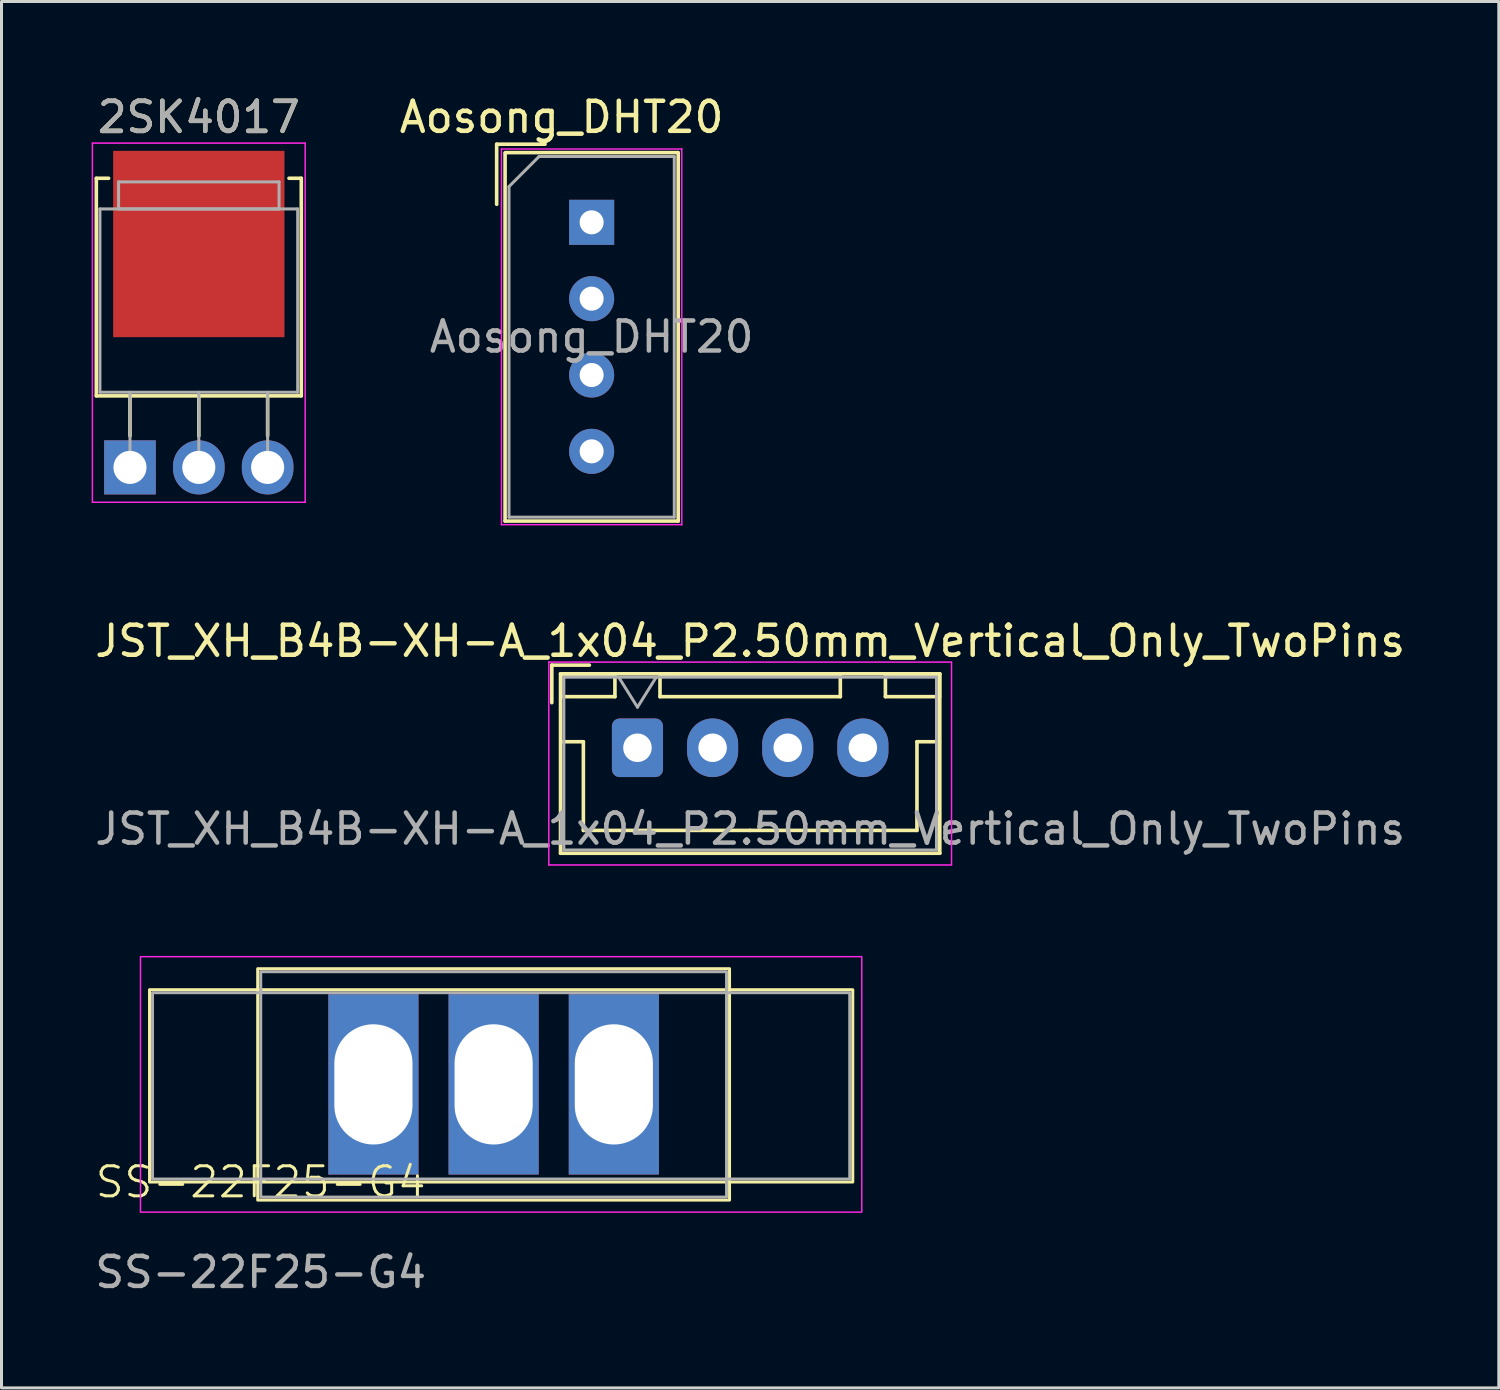
<source format=kicad_pcb>
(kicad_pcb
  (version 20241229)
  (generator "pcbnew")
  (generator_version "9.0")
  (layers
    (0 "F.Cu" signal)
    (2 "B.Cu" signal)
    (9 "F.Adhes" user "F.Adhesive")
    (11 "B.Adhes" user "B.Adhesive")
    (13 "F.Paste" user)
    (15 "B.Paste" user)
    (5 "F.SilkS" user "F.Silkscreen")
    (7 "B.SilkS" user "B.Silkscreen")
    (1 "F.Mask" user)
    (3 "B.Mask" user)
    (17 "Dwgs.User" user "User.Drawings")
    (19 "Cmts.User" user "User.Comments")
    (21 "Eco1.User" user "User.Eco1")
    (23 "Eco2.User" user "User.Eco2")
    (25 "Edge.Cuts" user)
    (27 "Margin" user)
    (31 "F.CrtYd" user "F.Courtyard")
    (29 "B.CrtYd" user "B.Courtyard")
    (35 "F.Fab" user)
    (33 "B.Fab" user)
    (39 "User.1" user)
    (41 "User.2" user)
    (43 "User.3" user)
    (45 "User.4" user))
  (footprint "2SK4017"
    (layer "F.Cu")
    (at 1.275 12.502)
    (property "Reference" "2SK4017" (at 2.29 -11.653 0) (layer "F.SilkS") (effects (font (size 1 1) (thickness 0.15))))
    (attr through_hole)
    (fp_line (start -1.12 -9.62) (end -1.12 -2.38) (stroke (width 0.12) (type solid)) (layer "F.SilkS"))
    (fp_line (start -1.12 -9.62) (end -0.711 -9.62) (stroke (width 0.12) (type solid)) (layer "F.SilkS"))
    (fp_line (start -1.12 -2.38) (end 5.7 -2.38) (stroke (width 0.12) (type solid)) (layer "F.SilkS"))
    (fp_line (start 0 -2.38) (end 0 -1.05) (stroke (width 0.12) (type solid)) (layer "F.SilkS"))
    (fp_line (start 2.29 -2.38) (end 2.29 -1.05) (stroke (width 0.12) (type solid)) (layer "F.SilkS"))
    (fp_line (start 4.58 -2.38) (end 4.58 -1.05) (stroke (width 0.12) (type solid)) (layer "F.SilkS"))
    (fp_line (start 5.291 -9.62) (end 5.7 -9.62) (stroke (width 0.12) (type solid)) (layer "F.SilkS"))
    (fp_line (start 5.7 -9.62) (end 5.7 -2.38) (stroke (width 0.12) (type solid)) (layer "F.SilkS"))
    (fp_line (start -1.25 -10.79) (end -1.25 1.16) (stroke (width 0.05) (type solid)) (layer "F.CrtYd"))
    (fp_line (start -1.25 1.16) (end 5.83 1.16) (stroke (width 0.05) (type solid)) (layer "F.CrtYd"))
    (fp_line (start 5.83 -10.79) (end -1.25 -10.79) (stroke (width 0.05) (type solid)) (layer "F.CrtYd"))
    (fp_line (start 5.83 1.16) (end 5.83 -10.79) (stroke (width 0.05) (type solid)) (layer "F.CrtYd"))
    (fp_line (start -1 -8.6) (end 5.58 -8.6) (stroke (width 0.1) (type solid)) (layer "F.Fab"))
    (fp_line (start -1 -2.5) (end -1 -8.6) (stroke (width 0.1) (type solid)) (layer "F.Fab"))
    (fp_line (start -0.38 -9.5) (end 4.96 -9.5) (stroke (width 0.1) (type solid)) (layer "F.Fab"))
    (fp_line (start -0.38 -8.6) (end -0.38 -9.5) (stroke (width 0.1) (type solid)) (layer "F.Fab"))
    (fp_line (start 0 -2.5) (end 0 0) (stroke (width 0.1) (type solid)) (layer "F.Fab"))
    (fp_line (start 2.29 -2.5) (end 2.29 0) (stroke (width 0.1) (type solid)) (layer "F.Fab"))
    (fp_line (start 4.58 -2.5) (end 4.58 0) (stroke (width 0.1) (type solid)) (layer "F.Fab"))
    (fp_line (start 4.96 -9.5) (end 4.96 -8.6) (stroke (width 0.1) (type solid)) (layer "F.Fab"))
    (fp_line (start 4.96 -8.6) (end -0.38 -8.6) (stroke (width 0.1) (type solid)) (layer "F.Fab"))
    (fp_line (start 5.58 -8.6) (end 5.58 -2.5) (stroke (width 0.1) (type solid)) (layer "F.Fab"))
    (fp_line (start 5.58 -2.5) (end -1 -2.5) (stroke (width 0.1) (type solid)) (layer "F.Fab"))
    (fp_text user "${REFERENCE}" (at 2.29 -11.653 0) (layer "F.Fab") (effects (font (size 1 1) (thickness 0.15))))
    (pad "1" thru_hole rect (at 0 0) (size 1.718 1.8) (drill 1.1) (layers "*.Cu" "*.Mask"))
    (pad "2" smd rect (at 2.29 -7.433) (size 5.7 6.2) (layers "F.Cu" "F.Mask" "F.Paste"))
    (pad "2" thru_hole oval (at 2.29 0) (size 1.718 1.8) (drill 1.1) (layers "*.Cu" "*.Mask"))
    (pad "3" thru_hole oval (at 4.58 0) (size 1.718 1.8) (drill 1.1) (layers "*.Cu" "*.Mask")))
  (footprint "Aosong_DHT20"
    (layer "F.Cu")
    (at 16.636 4.348)
    (property "Reference" "Aosong_DHT20" (at -1 -3.5 0) (layer "F.SilkS") (effects (font (size 1 1) (thickness 0.15))))
    (attr through_hole)
    (fp_line (start -3.16 -2.6) (end -3.16 -0.6) (stroke (width 0.12) (type solid)) (layer "F.SilkS"))
    (fp_line (start -3.16 -2.6) (end -1.55 -2.6) (stroke (width 0.12) (type solid)) (layer "F.SilkS"))
    (fp_line (start -2.88 9.94) (end -2.88 -2.31) (stroke (width 0.12) (type solid)) (layer "F.SilkS"))
    (fp_line (start -2.87 -2.32) (end 2.87 -2.32) (stroke (width 0.12) (type solid)) (layer "F.SilkS"))
    (fp_line (start 2.88 -2.32) (end 2.88 9.94) (stroke (width 0.12) (type solid)) (layer "F.SilkS"))
    (fp_line (start 2.88 9.94) (end -2.88 9.94) (stroke (width 0.12) (type solid)) (layer "F.SilkS"))
    (fp_line (start -3 -2.44) (end 3 -2.44) (stroke (width 0.05) (type solid)) (layer "F.CrtYd"))
    (fp_line (start -3 10.06) (end -3 -2.44) (stroke (width 0.05) (type solid)) (layer "F.CrtYd"))
    (fp_line (start 3 -2.44) (end 3 10.06) (stroke (width 0.05) (type solid)) (layer "F.CrtYd"))
    (fp_line (start 3 10.06) (end -3 10.06) (stroke (width 0.05) (type solid)) (layer "F.CrtYd"))
    (fp_line (start -2.75 -1.19) (end -2.75 9.81) (stroke (width 0.1) (type solid)) (layer "F.Fab"))
    (fp_line (start -2.75 -1.19) (end -1.75 -2.19) (stroke (width 0.1) (type solid)) (layer "F.Fab"))
    (fp_line (start -1.75 -2.19) (end 2.75 -2.19) (stroke (width 0.1) (type solid)) (layer "F.Fab"))
    (fp_line (start 2.75 -2.19) (end 2.75 9.81) (stroke (width 0.1) (type solid)) (layer "F.Fab"))
    (fp_line (start 2.75 9.81) (end -2.75 9.81) (stroke (width 0.1) (type solid)) (layer "F.Fab"))
    (fp_text user "${REFERENCE}" (at 0 3.81 0) (layer "F.Fab") (effects (font (size 1 1) (thickness 0.15))))
    (pad "1" thru_hole rect (at 0 0) (size 1.5 1.5) (drill 0.8) (layers "*.Cu" "*.Mask"))
    (pad "2" thru_hole circle (at 0 2.54) (size 1.5 1.5) (drill 0.8) (layers "*.Cu" "*.Mask"))
    (pad "3" thru_hole circle (at 0 5.08) (size 1.5 1.5) (drill 0.8) (layers "*.Cu" "*.Mask"))
    (pad "4" thru_hole circle (at 0 7.62) (size 1.5 1.5) (drill 0.8) (layers "*.Cu" "*.Mask")))
  (footprint "JST_XH_B4B-XH-A_1x04_P2.50mm_Vertical_Only_TwoPins"
    (layer "F.Cu")
    (at 18.161 21.831)
    (property "Reference" "JST_XH_B4B-XH-A_1x04_P2.50mm_Vertical_Only_TwoPins" (at 3.75 -3.55 0) (layer "F.SilkS") (effects (font (size 1 1) (thickness 0.15))))
    (attr through_hole)
    (fp_line (start -2.85 -2.75) (end -2.85 -1.5) (stroke (width 0.12) (type solid)) (layer "F.SilkS"))
    (fp_line (start -2.56 -2.46) (end -2.56 3.51) (stroke (width 0.12) (type solid)) (layer "F.SilkS"))
    (fp_line (start -2.56 3.51) (end 10.06 3.51) (stroke (width 0.12) (type solid)) (layer "F.SilkS"))
    (fp_line (start -2.55 -2.45) (end -2.55 -1.7) (stroke (width 0.12) (type solid)) (layer "F.SilkS"))
    (fp_line (start -2.55 -1.7) (end -0.75 -1.7) (stroke (width 0.12) (type solid)) (layer "F.SilkS"))
    (fp_line (start -2.55 -0.2) (end -1.8 -0.2) (stroke (width 0.12) (type solid)) (layer "F.SilkS"))
    (fp_line (start -1.8 -0.2) (end -1.8 2.75) (stroke (width 0.12) (type solid)) (layer "F.SilkS"))
    (fp_line (start -1.8 2.75) (end 3.75 2.75) (stroke (width 0.12) (type solid)) (layer "F.SilkS"))
    (fp_line (start -1.6 -2.75) (end -2.85 -2.75) (stroke (width 0.12) (type solid)) (layer "F.SilkS"))
    (fp_line (start -0.75 -2.45) (end -2.55 -2.45) (stroke (width 0.12) (type solid)) (layer "F.SilkS"))
    (fp_line (start -0.75 -1.7) (end -0.75 -2.45) (stroke (width 0.12) (type solid)) (layer "F.SilkS"))
    (fp_line (start 0.75 -2.45) (end 0.75 -1.7) (stroke (width 0.12) (type solid)) (layer "F.SilkS"))
    (fp_line (start 0.75 -1.7) (end 6.75 -1.7) (stroke (width 0.12) (type solid)) (layer "F.SilkS"))
    (fp_line (start 6.75 -2.45) (end 0.75 -2.45) (stroke (width 0.12) (type solid)) (layer "F.SilkS"))
    (fp_line (start 6.75 -1.7) (end 6.75 -2.45) (stroke (width 0.12) (type solid)) (layer "F.SilkS"))
    (fp_line (start 8.25 -2.45) (end 8.25 -1.7) (stroke (width 0.12) (type solid)) (layer "F.SilkS"))
    (fp_line (start 8.25 -1.7) (end 10.05 -1.7) (stroke (width 0.12) (type solid)) (layer "F.SilkS"))
    (fp_line (start 9.3 -0.2) (end 9.3 2.75) (stroke (width 0.12) (type solid)) (layer "F.SilkS"))
    (fp_line (start 9.3 2.75) (end 3.75 2.75) (stroke (width 0.12) (type solid)) (layer "F.SilkS"))
    (fp_line (start 10.05 -2.45) (end 8.25 -2.45) (stroke (width 0.12) (type solid)) (layer "F.SilkS"))
    (fp_line (start 10.05 -1.7) (end 10.05 -2.45) (stroke (width 0.12) (type solid)) (layer "F.SilkS"))
    (fp_line (start 10.05 -0.2) (end 9.3 -0.2) (stroke (width 0.12) (type solid)) (layer "F.SilkS"))
    (fp_line (start 10.06 -2.46) (end -2.56 -2.46) (stroke (width 0.12) (type solid)) (layer "F.SilkS"))
    (fp_line (start 10.06 3.51) (end 10.06 -2.46) (stroke (width 0.12) (type solid)) (layer "F.SilkS"))
    (fp_line (start -2.95 -2.85) (end -2.95 3.9) (stroke (width 0.05) (type solid)) (layer "F.CrtYd"))
    (fp_line (start -2.95 3.9) (end 10.45 3.9) (stroke (width 0.05) (type solid)) (layer "F.CrtYd"))
    (fp_line (start 10.45 -2.85) (end -2.95 -2.85) (stroke (width 0.05) (type solid)) (layer "F.CrtYd"))
    (fp_line (start 10.45 3.9) (end 10.45 -2.85) (stroke (width 0.05) (type solid)) (layer "F.CrtYd"))
    (fp_line (start -2.45 -2.35) (end -2.45 3.4) (stroke (width 0.1) (type solid)) (layer "F.Fab"))
    (fp_line (start -2.45 3.4) (end 9.95 3.4) (stroke (width 0.1) (type solid)) (layer "F.Fab"))
    (fp_line (start -0.625 -2.35) (end 0 -1.35) (stroke (width 0.1) (type solid)) (layer "F.Fab"))
    (fp_line (start 0 -1.35) (end 0.625 -2.35) (stroke (width 0.1) (type solid)) (layer "F.Fab"))
    (fp_line (start 9.95 -2.35) (end -2.45 -2.35) (stroke (width 0.1) (type solid)) (layer "F.Fab"))
    (fp_line (start 9.95 3.4) (end 9.95 -2.35) (stroke (width 0.1) (type solid)) (layer "F.Fab"))
    (fp_text user "${REFERENCE}" (at 3.75 2.7 0) (layer "F.Fab") (effects (font (size 1 1) (thickness 0.15))))
    (pad "1" thru_hole roundrect (at 0 0) (size 1.7 1.95) (drill 0.95) (layers "*.Cu" "*.Mask") (roundrect_rratio 0.147))
    (pad "2" thru_hole oval (at 2.5 0) (size 1.7 1.95) (drill 0.95) (layers "*.Cu" "*.Mask"))
    (pad "3" thru_hole oval (at 5 0) (size 1.7 1.95) (drill 0.95) (layers "*.Cu" "*.Mask"))
    (pad "4" thru_hole oval (at 7.5 0) (size 1.7 1.95) (drill 0.95) (layers "*.Cu" "*.Mask")))
  (footprint "SS-22F25-G4"
    (layer "F.Cu")
    (at 5.625 36.782)
    (property "Reference" "SS-22F25-G4" (at 0 -0.5 0) (unlocked yes) (layer "F.SilkS") (effects (font (size 1 1) (thickness 0.1))))
    (attr through_hole)
    (fp_rect (start -3.7 -0.5) (end 19.7 -6.9) (stroke (width 0.1) (type default)) (fill no) (layer "F.SilkS"))
    (fp_rect (start -0.1 -7.6) (end 15.6 0.1) (stroke (width 0.1) (type default)) (fill no) (layer "F.SilkS"))
    (fp_rect (start -4 -8) (end 20 0.5) (stroke (width 0.05) (type default)) (fill no) (layer "F.CrtYd"))
    (fp_rect (start -3.6 -6.8) (end 19.6 -0.6) (stroke (width 0.1) (type default)) (fill no) (layer "F.Fab"))
    (fp_rect (start 0 -7.5) (end 15.5 0) (stroke (width 0.1) (type default)) (fill no) (layer "F.Fab"))
    (fp_text user "${REFERENCE}" (at 0 2.5 0) (unlocked yes) (layer "F.Fab") (effects (font (size 1 1) (thickness 0.15))))
    (pad "1" thru_hole rect (at 3.75 -3.75) (size 3 6) (drill oval 2.6 4) (layers "*.Cu" "*.Mask"))
    (pad "2" thru_hole rect (at 7.75 -3.75) (size 3 6) (drill oval 2.6 4) (layers "*.Cu" "*.Mask"))
    (pad "3" thru_hole rect (at 11.75 -3.75) (size 3 6) (drill oval 2.6 4) (layers "*.Cu" "*.Mask")))
  (gr_rect
    (start -3 -3)
    (end 46.821 43.13)
    (stroke (width 0.1) (type default))
    (fill no)
    (layer "Edge.Cuts")))
</source>
